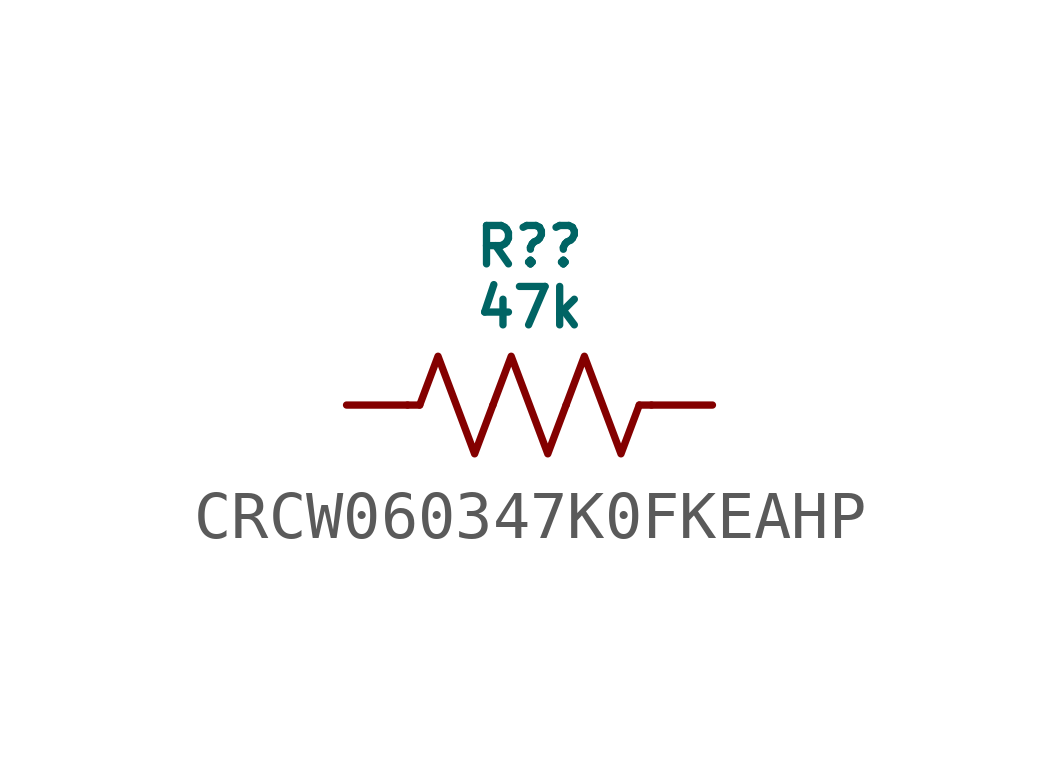
<source format=kicad_sym>
(kicad_symbol_lib
  (version 20231120)
  (generator "kicad_symbol_editor")
  (generator_version "8.0")
  (symbol "CRCW060347K0FKEAHP"
    (pin_numbers hide)
    (pin_names hide)
    (property "Reference" "R?"
      (at 0 3.302 0)
      (do_not_autoplace)
      (effects (font (size 0.8 0.8))))
    (property "Value" "47k"
      (at 0 2.032 0)
      (do_not_autoplace)
      (effects (font (size 0.8 0.8))))
    (symbol "CRCW060347K0FKEAHP_0_1"
      (polyline (pts (xy -2.286 0) (xy -2.54 0)) (stroke (width 0) (type default)) (fill (type none)))
      (polyline (pts (xy 2.286 0) (xy 2.54 0)) (stroke (width 0) (type default)) (fill (type none)))
      (polyline (pts (xy -2.286 0) (xy -1.905 1.016) (xy -1.524 0) (xy -1.143 -1.016) (xy -0.762 0)) (stroke (width 0) (type default)) (fill (type none)))
      (polyline (pts (xy -0.762 0) (xy -0.381 1.016) (xy 0 0) (xy 0.381 -1.016) (xy 0.762 0)) (stroke (width 0) (type default)) (fill (type none)))
      (polyline (pts (xy 0.762 0) (xy 1.143 1.016) (xy 1.524 0) (xy 1.905 -1.016) (xy 2.286 0)) (stroke (width 0) (type default)) (fill (type none))))
    (symbol "CRCW060347K0FKEAHP_1_0"
      (pin passive line (at -3.81 0 0) (length 1.27) (name "" (effects (font (size 0.8 0.8)))) (number "1" (effects (font (size 0.8 0.8)))))
      (pin passive line (at 3.81 0 180) (length 1.27) (name "" (effects (font (size 0.8 0.8)))) (number "2" (effects (font (size 0.8 0.8))))))))
</source>
